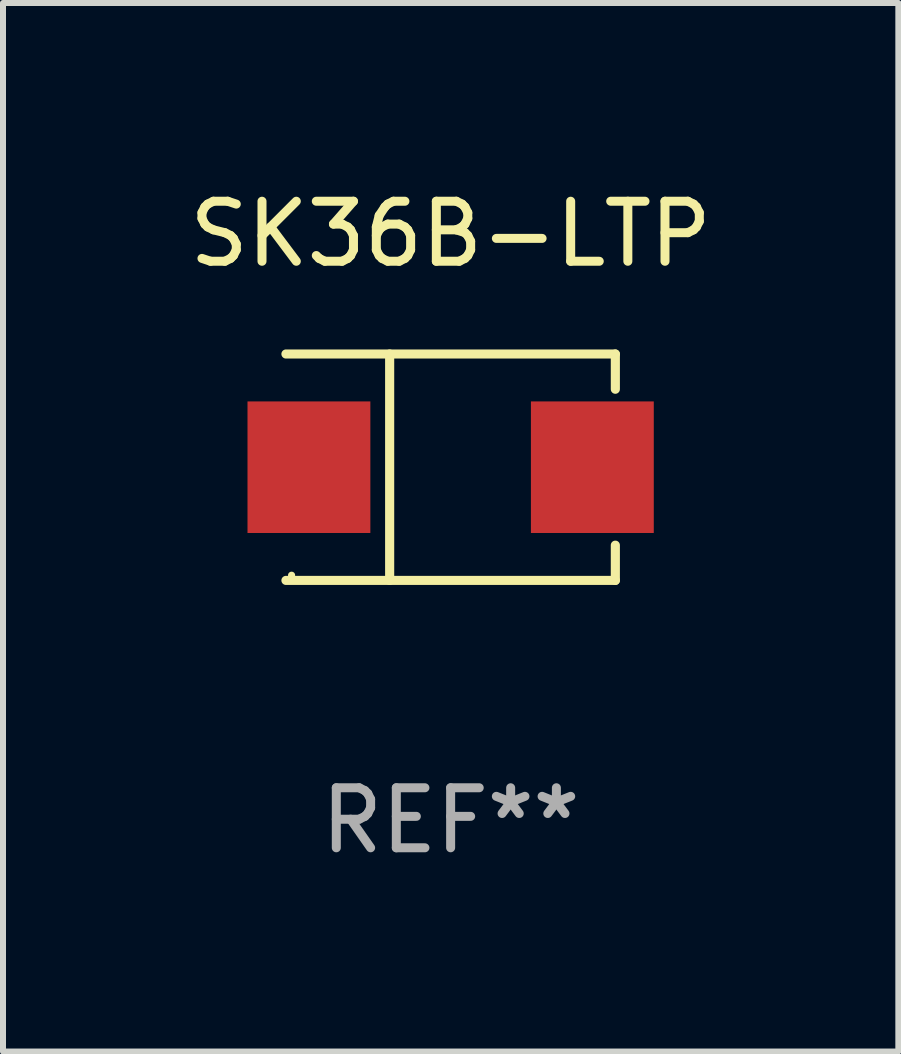
<source format=kicad_pcb>
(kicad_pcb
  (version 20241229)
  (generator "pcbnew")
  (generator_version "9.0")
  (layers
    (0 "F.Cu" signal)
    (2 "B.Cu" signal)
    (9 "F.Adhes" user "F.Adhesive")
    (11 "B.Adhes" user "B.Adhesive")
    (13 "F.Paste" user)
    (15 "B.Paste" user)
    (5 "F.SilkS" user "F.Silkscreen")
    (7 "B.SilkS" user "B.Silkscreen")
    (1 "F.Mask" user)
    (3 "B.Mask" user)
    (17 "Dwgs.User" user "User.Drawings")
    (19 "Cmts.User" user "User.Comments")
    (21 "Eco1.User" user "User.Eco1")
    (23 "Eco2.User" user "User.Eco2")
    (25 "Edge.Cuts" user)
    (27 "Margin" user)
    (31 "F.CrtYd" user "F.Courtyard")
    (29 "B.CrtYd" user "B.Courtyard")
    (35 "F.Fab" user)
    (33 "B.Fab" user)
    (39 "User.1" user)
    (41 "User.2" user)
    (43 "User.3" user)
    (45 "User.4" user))
  (footprint "SK36B-LTP"
    (layer "F.Cu")
    (at 4.458 4.734)
    (property "Reference" "SK36B-LTP" (at 0 -3.886 0) (layer "F.SilkS") (effects (font (size 1 1) (thickness 0.15))))
    (attr through_hole)
    (fp_line (start -2.744 -1.886) (end 2.744 -1.886) (stroke (width 0.152) (type solid)) (layer "F.SilkS"))
    (fp_line (start -2.744 1.886) (end 2.744 1.886) (stroke (width 0.152) (type solid)) (layer "F.SilkS"))
    (fp_line (start -1.016 -1.886) (end -1.016 1.886) (stroke (width 0.152) (type solid)) (layer "F.SilkS"))
    (fp_line (start 2.744 -1.886) (end 2.744 -1.299) (stroke (width 0.152) (type solid)) (layer "F.SilkS"))
    (fp_line (start 2.744 1.886) (end 2.744 1.299) (stroke (width 0.152) (type solid)) (layer "F.SilkS"))
    (fp_circle (center -2.65 1.8) (end -2.62 1.8) (stroke (width 0.06) (type solid)) (fill no) (layer "F.SilkS"))
    (fp_text user "REF**" (at 0 5.886 0) (layer "F.Fab") (effects (font (size 1 1) (thickness 0.15))))
    (pad "1" smd rect (at -2.361 0) (size 2.047 2.192) (layers "F.Cu" "F.Mask" "F.Paste"))
    (pad "2" smd rect (at 2.361 0) (size 2.047 2.192) (layers "F.Cu" "F.Mask" "F.Paste")))
  (gr_rect
    (start -3 -3)
    (end 11.917 14.469)
    (stroke (width 0.1) (type default))
    (fill no)
    (layer "Edge.Cuts")))
</source>
